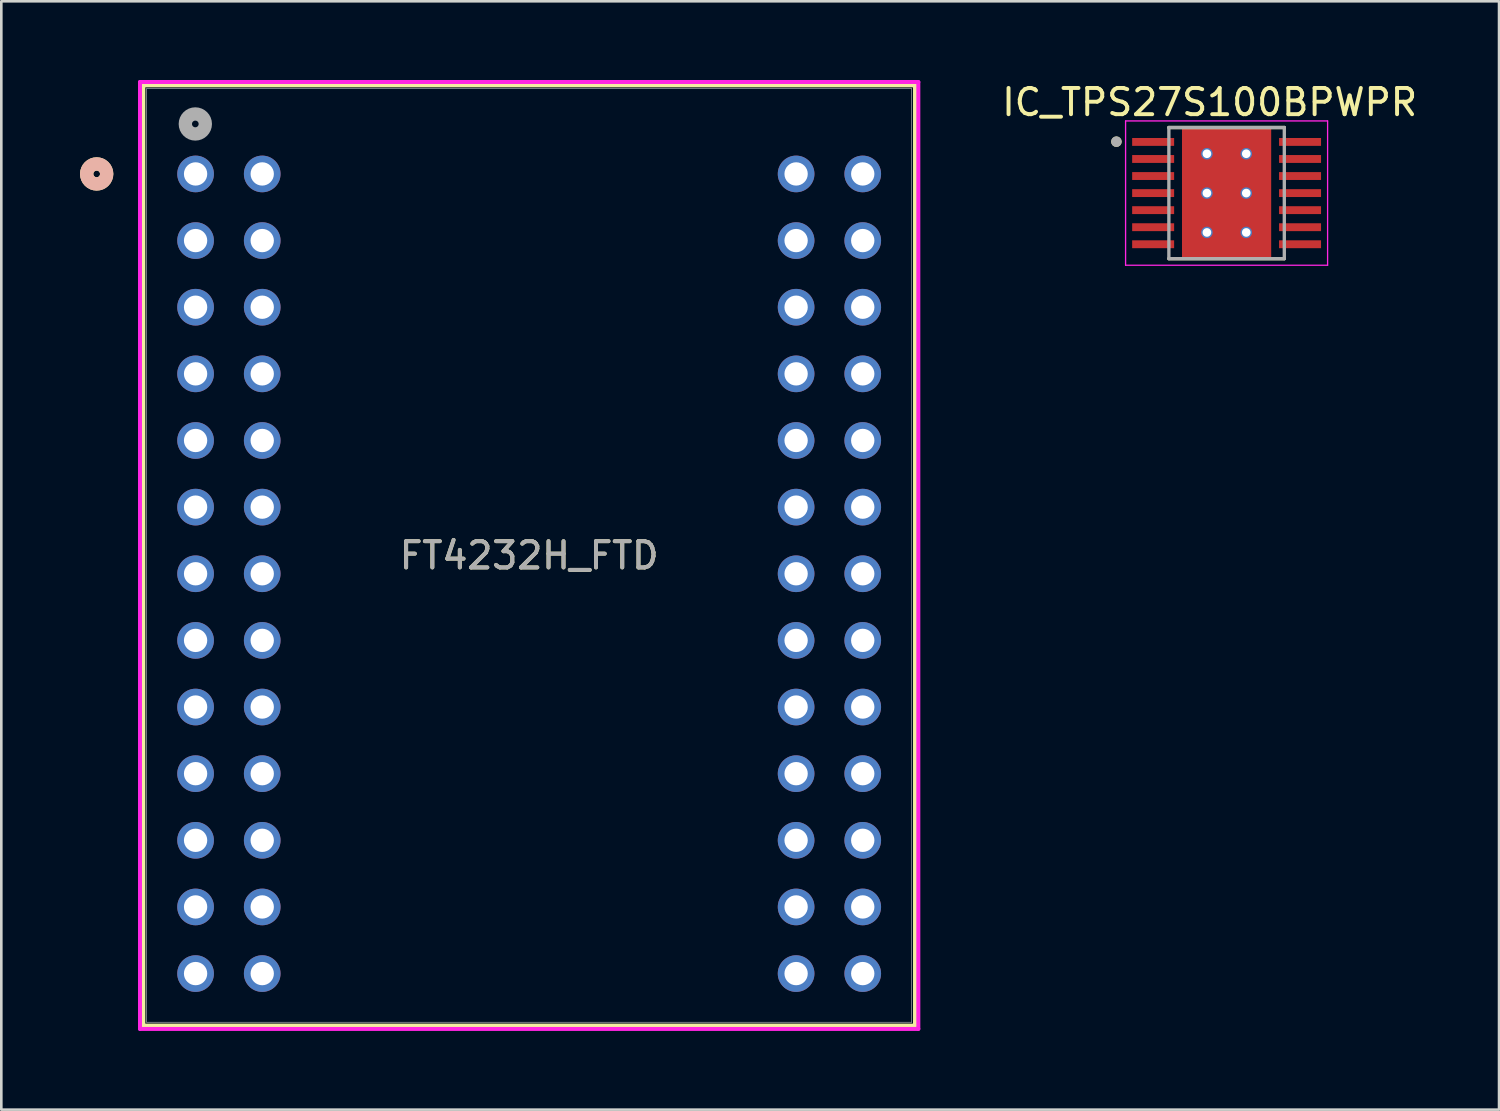
<source format=kicad_pcb>
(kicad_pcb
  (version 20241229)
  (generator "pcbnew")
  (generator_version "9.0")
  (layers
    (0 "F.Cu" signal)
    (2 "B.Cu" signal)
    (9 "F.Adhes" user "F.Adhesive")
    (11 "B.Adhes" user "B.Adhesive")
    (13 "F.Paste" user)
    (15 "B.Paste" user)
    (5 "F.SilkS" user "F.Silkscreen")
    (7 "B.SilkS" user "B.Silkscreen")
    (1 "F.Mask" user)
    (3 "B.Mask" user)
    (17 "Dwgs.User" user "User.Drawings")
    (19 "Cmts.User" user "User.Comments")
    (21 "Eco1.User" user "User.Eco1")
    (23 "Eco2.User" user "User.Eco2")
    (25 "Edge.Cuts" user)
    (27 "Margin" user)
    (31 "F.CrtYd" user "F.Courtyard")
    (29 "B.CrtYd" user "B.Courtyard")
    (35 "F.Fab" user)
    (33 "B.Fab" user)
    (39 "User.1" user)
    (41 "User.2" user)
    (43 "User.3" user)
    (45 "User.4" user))
  (footprint "IC_TPS27S100BPWPR"
    (layer "F.Cu")
    (at 43.704 4.31)
    (property "Reference" "IC_TPS27S100BPWPR" (at -0.645 -3.462 0) (layer "F.SilkS") (effects (font (size 1 1) (thickness 0.15))))
    (attr smd)
    (fp_poly (pts (xy -1.23 -1.155) (xy 1.23 -1.155) (xy 1.23 1.155) (xy -1.23 1.155)) (stroke (width 0.01) (type solid)) (fill yes) (layer "F.Mask"))
    (fp_line (start -2.2 -2.5) (end 2.2 -2.5) (stroke (width 0.127) (type solid)) (layer "F.SilkS"))
    (fp_line (start -2.2 2.5) (end 2.2 2.5) (stroke (width 0.127) (type solid)) (layer "F.SilkS"))
    (fp_circle (center -4.2 -1.96) (end -4.1 -1.96) (stroke (width 0.2) (type solid)) (fill no) (layer "F.SilkS"))
    (fp_poly (pts (xy -3.575 -2.075) (xy -2.025 -2.075) (xy -2.025 -1.825) (xy -3.575 -1.825)) (stroke (width 0.01) (type solid)) (fill yes) (layer "F.Paste"))
    (fp_poly (pts (xy -3.575 -1.425) (xy -2.025 -1.425) (xy -2.025 -1.175) (xy -3.575 -1.175)) (stroke (width 0.01) (type solid)) (fill yes) (layer "F.Paste"))
    (fp_poly (pts (xy -3.575 -0.775) (xy -2.025 -0.775) (xy -2.025 -0.525) (xy -3.575 -0.525)) (stroke (width 0.01) (type solid)) (fill yes) (layer "F.Paste"))
    (fp_poly (pts (xy -3.575 -0.125) (xy -2.025 -0.125) (xy -2.025 0.125) (xy -3.575 0.125)) (stroke (width 0.01) (type solid)) (fill yes) (layer "F.Paste"))
    (fp_poly (pts (xy -3.575 0.525) (xy -2.025 0.525) (xy -2.025 0.775) (xy -3.575 0.775)) (stroke (width 0.01) (type solid)) (fill yes) (layer "F.Paste"))
    (fp_poly (pts (xy -3.575 1.175) (xy -2.025 1.175) (xy -2.025 1.425) (xy -3.575 1.425)) (stroke (width 0.01) (type solid)) (fill yes) (layer "F.Paste"))
    (fp_poly (pts (xy -3.575 1.825) (xy -2.025 1.825) (xy -2.025 2.075) (xy -3.575 2.075)) (stroke (width 0.01) (type solid)) (fill yes) (layer "F.Paste"))
    (fp_poly (pts (xy -1.23 -1.155) (xy 1.23 -1.155) (xy 1.23 1.155) (xy -1.23 1.155)) (stroke (width 0.01) (type solid)) (fill yes) (layer "F.Paste"))
    (fp_poly (pts (xy 2.025 -2.075) (xy 3.575 -2.075) (xy 3.575 -1.825) (xy 2.025 -1.825)) (stroke (width 0.01) (type solid)) (fill yes) (layer "F.Paste"))
    (fp_poly (pts (xy 2.025 -1.425) (xy 3.575 -1.425) (xy 3.575 -1.175) (xy 2.025 -1.175)) (stroke (width 0.01) (type solid)) (fill yes) (layer "F.Paste"))
    (fp_poly (pts (xy 2.025 -0.775) (xy 3.575 -0.775) (xy 3.575 -0.525) (xy 2.025 -0.525)) (stroke (width 0.01) (type solid)) (fill yes) (layer "F.Paste"))
    (fp_poly (pts (xy 2.025 -0.125) (xy 3.575 -0.125) (xy 3.575 0.125) (xy 2.025 0.125)) (stroke (width 0.01) (type solid)) (fill yes) (layer "F.Paste"))
    (fp_poly (pts (xy 2.025 0.525) (xy 3.575 0.525) (xy 3.575 0.775) (xy 2.025 0.775)) (stroke (width 0.01) (type solid)) (fill yes) (layer "F.Paste"))
    (fp_poly (pts (xy 2.025 1.175) (xy 3.575 1.175) (xy 3.575 1.425) (xy 2.025 1.425)) (stroke (width 0.01) (type solid)) (fill yes) (layer "F.Paste"))
    (fp_poly (pts (xy 2.025 1.825) (xy 3.575 1.825) (xy 3.575 2.075) (xy 2.025 2.075)) (stroke (width 0.01) (type solid)) (fill yes) (layer "F.Paste"))
    (fp_line (start -3.85 -2.75) (end -3.85 2.75) (stroke (width 0.05) (type solid)) (layer "F.CrtYd"))
    (fp_line (start -3.85 -2.75) (end 3.85 -2.75) (stroke (width 0.05) (type solid)) (layer "F.CrtYd"))
    (fp_line (start -3.85 2.75) (end 3.85 2.75) (stroke (width 0.05) (type solid)) (layer "F.CrtYd"))
    (fp_line (start 3.85 -2.75) (end 3.85 2.75) (stroke (width 0.05) (type solid)) (layer "F.CrtYd"))
    (fp_line (start -2.2 -2.5) (end -2.2 2.5) (stroke (width 0.127) (type solid)) (layer "F.Fab"))
    (fp_line (start -2.2 -2.5) (end 2.2 -2.5) (stroke (width 0.127) (type solid)) (layer "F.Fab"))
    (fp_line (start -2.2 2.5) (end 2.2 2.5) (stroke (width 0.127) (type solid)) (layer "F.Fab"))
    (fp_line (start 2.2 -2.5) (end 2.2 2.5) (stroke (width 0.127) (type solid)) (layer "F.Fab"))
    (fp_circle (center -4.2 -1.96) (end -4.1 -1.96) (stroke (width 0.2) (type solid)) (fill no) (layer "F.Fab"))
    (pad "1" smd rect (at -2.8 -1.95) (size 1.6 0.3) (layers "F.Cu" "F.Mask"))
    (pad "2" smd rect (at -2.8 -1.3) (size 1.6 0.3) (layers "F.Cu" "F.Mask"))
    (pad "3" smd rect (at -2.8 -0.65) (size 1.6 0.3) (layers "F.Cu" "F.Mask"))
    (pad "4" smd rect (at -2.8 0) (size 1.6 0.3) (layers "F.Cu" "F.Mask"))
    (pad "5" smd rect (at -2.8 0.65) (size 1.6 0.3) (layers "F.Cu" "F.Mask"))
    (pad "6" smd rect (at -2.8 1.3) (size 1.6 0.3) (layers "F.Cu" "F.Mask"))
    (pad "7" smd rect (at -2.8 1.95) (size 1.6 0.3) (layers "F.Cu" "F.Mask"))
    (pad "8" smd rect (at 2.8 1.95) (size 1.6 0.3) (layers "F.Cu" "F.Mask"))
    (pad "9" smd rect (at 2.8 1.3) (size 1.6 0.3) (layers "F.Cu" "F.Mask"))
    (pad "10" smd rect (at 2.8 0.65) (size 1.6 0.3) (layers "F.Cu" "F.Mask"))
    (pad "11" smd rect (at 2.8 0) (size 1.6 0.3) (layers "F.Cu" "F.Mask"))
    (pad "12" smd rect (at 2.8 -0.65) (size 1.6 0.3) (layers "F.Cu" "F.Mask"))
    (pad "13" smd rect (at 2.8 -1.3) (size 1.6 0.3) (layers "F.Cu" "F.Mask"))
    (pad "14" smd rect (at 2.8 -1.95) (size 1.6 0.3) (layers "F.Cu" "F.Mask"))
    (pad "15" smd rect (at 0 0) (size 3.4 5) (layers "F.Cu"))
    (pad "16" thru_hole circle (at -0.75 -1.5) (size 0.44 0.44) (drill 0.33) (layers "*.Cu"))
    (pad "17" thru_hole circle (at 0.75 -1.5) (size 0.44 0.44) (drill 0.33) (layers "*.Cu"))
    (pad "18" thru_hole circle (at -0.75 0) (size 0.44 0.44) (drill 0.33) (layers "*.Cu" "*.Mask"))
    (pad "19" thru_hole circle (at 0.75 0) (size 0.44 0.44) (drill 0.33) (layers "*.Cu" "*.Mask"))
    (pad "20" thru_hole circle (at -0.75 1.5) (size 0.44 0.44) (drill 0.33) (layers "*.Cu"))
    (pad "21" thru_hole circle (at 0.75 1.5) (size 0.44 0.44) (drill 0.33) (layers "*.Cu")))
  (footprint "FT4232H_FTD"
    (layer "F.Cu")
    (at 4.405 3.58)
    (property "Reference" "FT4232H_FTD" (at 12.715 14.543 0) (unlocked yes) (layer "F.SilkS") (effects (font (size 1 1) (thickness 0.15))))
    (attr through_hole)
    (fp_line (start -1.992 -3.377) (end -1.992 32.462) (stroke (width 0.152) (type solid)) (layer "F.SilkS"))
    (fp_line (start -1.992 32.462) (end 27.422 32.462) (stroke (width 0.152) (type solid)) (layer "F.SilkS"))
    (fp_line (start 27.422 -3.377) (end -1.992 -3.377) (stroke (width 0.152) (type solid)) (layer "F.SilkS"))
    (fp_line (start 27.422 32.462) (end 27.422 -3.377) (stroke (width 0.152) (type solid)) (layer "F.SilkS"))
    (fp_circle (center -3.77 0) (end -3.389 0) (stroke (width 0.508) (type solid)) (fill no) (layer "F.SilkS"))
    (fp_circle (center -3.77 0) (end -3.389 0) (stroke (width 0.508) (type solid)) (fill no) (layer "B.SilkS"))
    (fp_line (start -2.119 -3.504) (end -2.119 32.589) (stroke (width 0.152) (type solid)) (layer "F.CrtYd"))
    (fp_line (start -2.119 32.589) (end 27.549 32.589) (stroke (width 0.152) (type solid)) (layer "F.CrtYd"))
    (fp_line (start 27.549 -3.504) (end -2.119 -3.504) (stroke (width 0.152) (type solid)) (layer "F.CrtYd"))
    (fp_line (start 27.549 32.589) (end 27.549 -3.504) (stroke (width 0.152) (type solid)) (layer "F.CrtYd"))
    (fp_line (start -1.865 -3.25) (end -1.865 32.335) (stroke (width 0.025) (type solid)) (layer "F.Fab"))
    (fp_line (start -1.865 32.335) (end 27.295 32.335) (stroke (width 0.025) (type solid)) (layer "F.Fab"))
    (fp_line (start 27.295 -3.25) (end -1.865 -3.25) (stroke (width 0.025) (type solid)) (layer "F.Fab"))
    (fp_line (start 27.295 32.335) (end 27.295 -3.25) (stroke (width 0.025) (type solid)) (layer "F.Fab"))
    (fp_circle (center -0.01 -1.905) (end 0.371 -1.905) (stroke (width 0.508) (type solid)) (fill no) (layer "F.Fab"))
    (fp_text user "${REFERENCE}" (at 12.715 14.543 0) (unlocked yes) (layer "F.Fab") (effects (font (size 1 1) (thickness 0.15))))
    (pad "CN2-1" thru_hole circle (at 0 0) (size 1.397 1.397) (drill 0.889) (layers "*.Cu" "*.Mask"))
    (pad "CN2-2" thru_hole circle (at 2.54 0) (size 1.397 1.397) (drill 0.889) (layers "*.Cu" "*.Mask"))
    (pad "CN2-3" thru_hole circle (at 0 2.54) (size 1.397 1.397) (drill 0.889) (layers "*.Cu" "*.Mask"))
    (pad "CN2-4" thru_hole circle (at 2.54 2.54) (size 1.397 1.397) (drill 0.889) (layers "*.Cu" "*.Mask"))
    (pad "CN2-5" thru_hole circle (at 0 5.08) (size 1.397 1.397) (drill 0.889) (layers "*.Cu" "*.Mask"))
    (pad "CN2-6" thru_hole circle (at 2.54 5.08) (size 1.397 1.397) (drill 0.889) (layers "*.Cu" "*.Mask"))
    (pad "CN2-7" thru_hole circle (at 0 7.62) (size 1.397 1.397) (drill 0.889) (layers "*.Cu" "*.Mask"))
    (pad "CN2-8" thru_hole circle (at 2.54 7.62) (size 1.397 1.397) (drill 0.889) (layers "*.Cu" "*.Mask"))
    (pad "CN2-9" thru_hole circle (at 0 10.16) (size 1.397 1.397) (drill 0.889) (layers "*.Cu" "*.Mask"))
    (pad "CN2-10" thru_hole circle (at 2.54 10.16) (size 1.397 1.397) (drill 0.889) (layers "*.Cu" "*.Mask"))
    (pad "CN2-11" thru_hole circle (at 0 12.7) (size 1.397 1.397) (drill 0.889) (layers "*.Cu" "*.Mask"))
    (pad "CN2-12" thru_hole circle (at 2.54 12.7) (size 1.397 1.397) (drill 0.889) (layers "*.Cu" "*.Mask"))
    (pad "CN2-13" thru_hole circle (at 0 15.24) (size 1.397 1.397) (drill 0.889) (layers "*.Cu" "*.Mask"))
    (pad "CN2-14" thru_hole circle (at 2.54 15.24) (size 1.397 1.397) (drill 0.889) (layers "*.Cu" "*.Mask"))
    (pad "CN2-15" thru_hole circle (at 0 17.78) (size 1.397 1.397) (drill 0.889) (layers "*.Cu" "*.Mask"))
    (pad "CN2-16" thru_hole circle (at 2.54 17.78) (size 1.397 1.397) (drill 0.889) (layers "*.Cu" "*.Mask"))
    (pad "CN2-17" thru_hole circle (at 0 20.32) (size 1.397 1.397) (drill 0.889) (layers "*.Cu" "*.Mask"))
    (pad "CN2-18" thru_hole circle (at 2.54 20.32) (size 1.397 1.397) (drill 0.889) (layers "*.Cu" "*.Mask"))
    (pad "CN2-19" thru_hole circle (at 0 22.86) (size 1.397 1.397) (drill 0.889) (layers "*.Cu" "*.Mask"))
    (pad "CN2-20" thru_hole circle (at 2.54 22.86) (size 1.397 1.397) (drill 0.889) (layers "*.Cu" "*.Mask"))
    (pad "CN2-21" thru_hole circle (at 0 25.4) (size 1.397 1.397) (drill 0.889) (layers "*.Cu" "*.Mask"))
    (pad "CN2-22" thru_hole circle (at 2.54 25.4) (size 1.397 1.397) (drill 0.889) (layers "*.Cu" "*.Mask"))
    (pad "CN2-23" thru_hole circle (at 0 27.94) (size 1.397 1.397) (drill 0.889) (layers "*.Cu" "*.Mask"))
    (pad "CN2-24" thru_hole circle (at 2.54 27.94) (size 1.397 1.397) (drill 0.889) (layers "*.Cu" "*.Mask"))
    (pad "CN2-25" thru_hole circle (at 0 30.48) (size 1.397 1.397) (drill 0.889) (layers "*.Cu" "*.Mask"))
    (pad "CN2-26" thru_hole circle (at 2.54 30.48) (size 1.397 1.397) (drill 0.889) (layers "*.Cu" "*.Mask"))
    (pad "CN3-1" thru_hole circle (at 22.89 0) (size 1.397 1.397) (drill 0.889) (layers "*.Cu" "*.Mask"))
    (pad "CN3-2" thru_hole circle (at 25.43 0) (size 1.397 1.397) (drill 0.889) (layers "*.Cu" "*.Mask"))
    (pad "CN3-3" thru_hole circle (at 22.89 2.54) (size 1.397 1.397) (drill 0.889) (layers "*.Cu" "*.Mask"))
    (pad "CN3-4" thru_hole circle (at 25.43 2.54) (size 1.397 1.397) (drill 0.889) (layers "*.Cu" "*.Mask"))
    (pad "CN3-5" thru_hole circle (at 22.89 5.08) (size 1.397 1.397) (drill 0.889) (layers "*.Cu" "*.Mask"))
    (pad "CN3-6" thru_hole circle (at 25.43 5.08) (size 1.397 1.397) (drill 0.889) (layers "*.Cu" "*.Mask"))
    (pad "CN3-7" thru_hole circle (at 22.89 7.62) (size 1.397 1.397) (drill 0.889) (layers "*.Cu" "*.Mask"))
    (pad "CN3-8" thru_hole circle (at 25.43 7.62) (size 1.397 1.397) (drill 0.889) (layers "*.Cu" "*.Mask"))
    (pad "CN3-9" thru_hole circle (at 22.89 10.16) (size 1.397 1.397) (drill 0.889) (layers "*.Cu" "*.Mask"))
    (pad "CN3-10" thru_hole circle (at 25.43 10.16) (size 1.397 1.397) (drill 0.889) (layers "*.Cu" "*.Mask"))
    (pad "CN3-11" thru_hole circle (at 22.89 12.7) (size 1.397 1.397) (drill 0.889) (layers "*.Cu" "*.Mask"))
    (pad "CN3-12" thru_hole circle (at 25.43 12.7) (size 1.397 1.397) (drill 0.889) (layers "*.Cu" "*.Mask"))
    (pad "CN3-13" thru_hole circle (at 22.89 15.24) (size 1.397 1.397) (drill 0.889) (layers "*.Cu" "*.Mask"))
    (pad "CN3-14" thru_hole circle (at 25.43 15.24) (size 1.397 1.397) (drill 0.889) (layers "*.Cu" "*.Mask"))
    (pad "CN3-15" thru_hole circle (at 22.89 17.78) (size 1.397 1.397) (drill 0.889) (layers "*.Cu" "*.Mask"))
    (pad "CN3-16" thru_hole circle (at 25.43 17.78) (size 1.397 1.397) (drill 0.889) (layers "*.Cu" "*.Mask"))
    (pad "CN3-17" thru_hole circle (at 22.89 20.32) (size 1.397 1.397) (drill 0.889) (layers "*.Cu" "*.Mask"))
    (pad "CN3-18" thru_hole circle (at 25.43 20.32) (size 1.397 1.397) (drill 0.889) (layers "*.Cu" "*.Mask"))
    (pad "CN3-19" thru_hole circle (at 22.89 22.86) (size 1.397 1.397) (drill 0.889) (layers "*.Cu" "*.Mask"))
    (pad "CN3-20" thru_hole circle (at 25.43 22.86) (size 1.397 1.397) (drill 0.889) (layers "*.Cu" "*.Mask"))
    (pad "CN3-21" thru_hole circle (at 22.89 25.4) (size 1.397 1.397) (drill 0.889) (layers "*.Cu" "*.Mask"))
    (pad "CN3-22" thru_hole circle (at 25.43 25.4) (size 1.397 1.397) (drill 0.889) (layers "*.Cu" "*.Mask"))
    (pad "CN3-23" thru_hole circle (at 22.89 27.94) (size 1.397 1.397) (drill 0.889) (layers "*.Cu" "*.Mask"))
    (pad "CN3-24" thru_hole circle (at 25.43 27.94) (size 1.397 1.397) (drill 0.889) (layers "*.Cu" "*.Mask"))
    (pad "CN3-25" thru_hole circle (at 22.89 30.48) (size 1.397 1.397) (drill 0.889) (layers "*.Cu" "*.Mask"))
    (pad "CN3-26" thru_hole circle (at 25.43 30.48) (size 1.397 1.397) (drill 0.889) (layers "*.Cu" "*.Mask")))
  (gr_rect
    (start -3 -3)
    (end 54.089 39.246)
    (stroke (width 0.1) (type default))
    (fill no)
    (layer "Edge.Cuts")))
</source>
